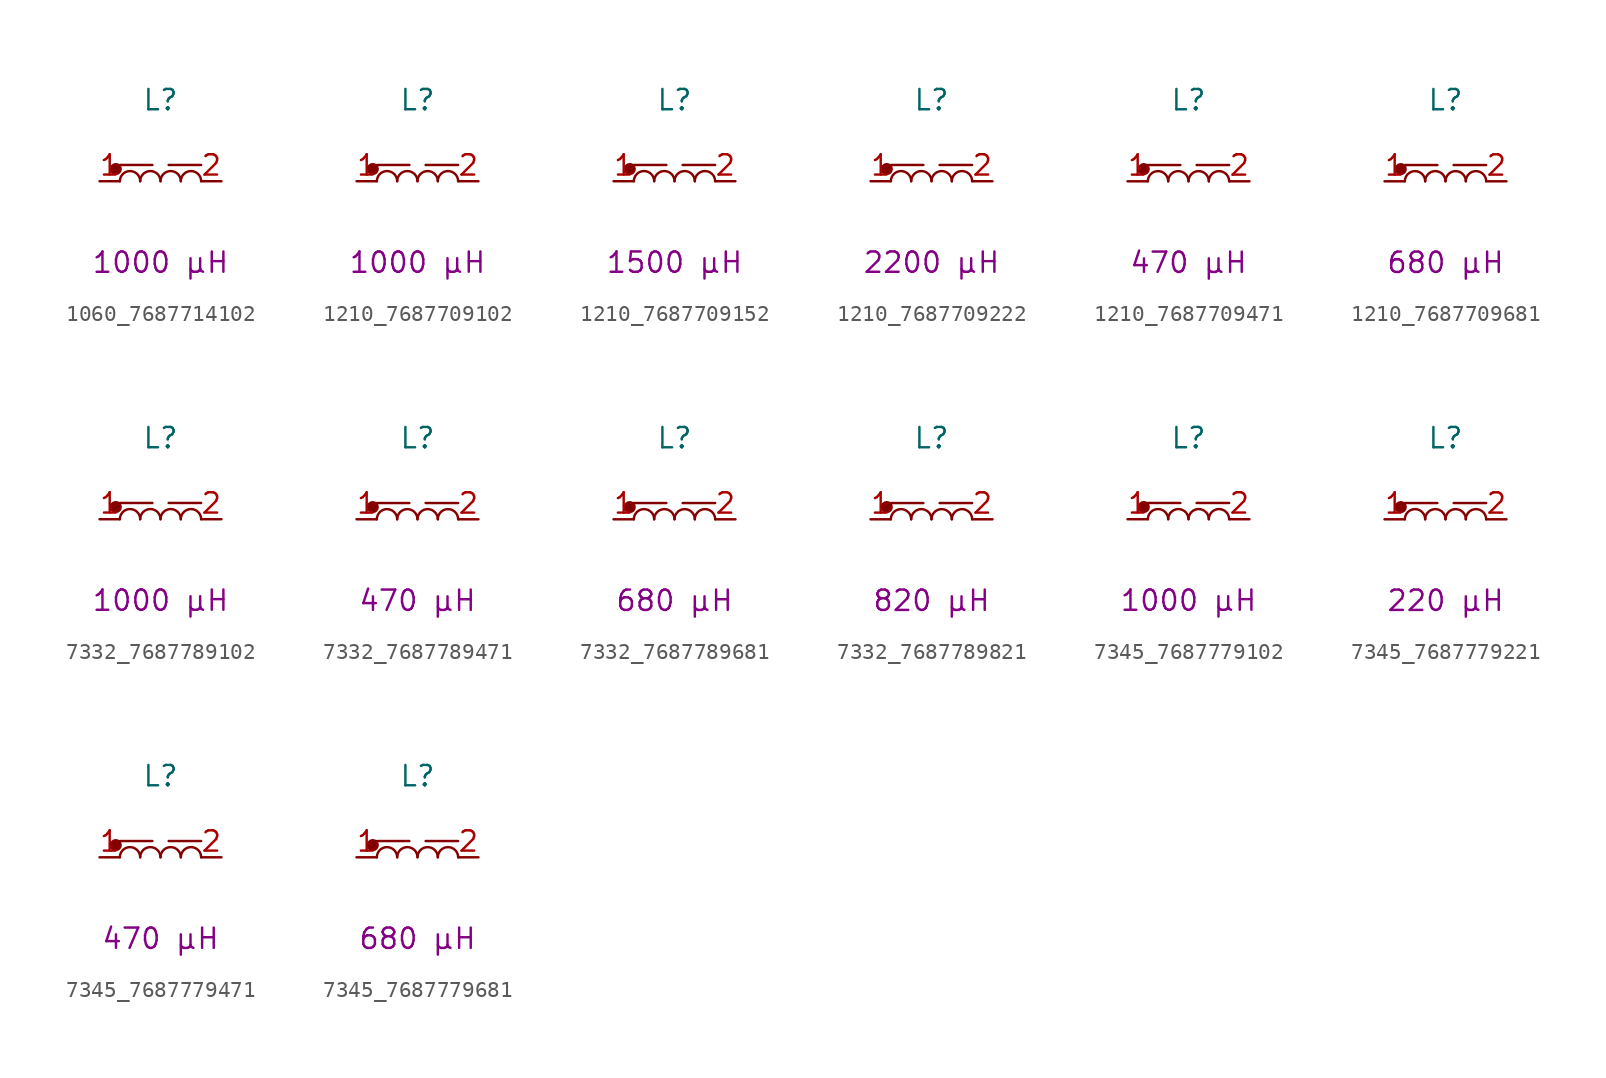
<source format=kicad_sym>
(kicad_symbol_lib
  (version 20220914)
  (generator kicad_symbol_editor)
  (symbol "1060_7687714102"
    (pin_names hide)
    (property "Reference" "L"
      (at 0 5.08 0)
      (effects (font (size 1.27 1.27))))
    (property "Critical Parameter" "1000 µH"
      (at 0 -5.08 0)
      (effects (font (size 1.27 1.27))))
    (symbol "1060_7687714102_0_1"
      (arc (start -1.27 0) (mid -1.905 0.6323) (end -2.54 0) (stroke (width 0) (type default)) (fill (type none)))
      (arc (start 0 0) (mid -0.635 0.6323) (end -1.27 0) (stroke (width 0) (type default)) (fill (type none)))
      (polyline (pts (xy -2.54 1.016) (xy -0.508 1.016)) (stroke (width 0) (type default)) (fill (type none)))
      (arc (start 1.27 0) (mid 0.635 0.6323) (end 0 0) (stroke (width 0) (type default)) (fill (type none)))
      (arc (start 2.54 0) (mid 1.905 0.6323) (end 1.27 0) (stroke (width 0) (type default)) (fill (type none))))
    (symbol "1060_7687714102_1_1"
      (circle (center -2.794 0.762) (radius 0.0001) (stroke (width 0.381) (type default)) (fill (type none)))
      (polyline (pts (xy 2.54 1.016) (xy 0.508 1.016)) (stroke (width 0) (type default)) (fill (type none)))
      (pin passive line (at -3.81 0 0) (length 1.27) (name "1" (effects (font (size 1.27 1.27)))) (number "1" (effects (font (size 1.27 1.27)))))
      (pin passive line (at 3.81 0 180) (length 1.27) (name "2" (effects (font (size 1.27 1.27)))) (number "2" (effects (font (size 1.27 1.27)))))))
  (symbol "1210_7687709102"
    (pin_names hide)
    (property "Reference" "L"
      (at 0 5.08 0)
      (effects (font (size 1.27 1.27))))
    (property "Critical Parameter" "1000 µH"
      (at 0 -5.08 0)
      (effects (font (size 1.27 1.27))))
    (symbol "1210_7687709102_0_1"
      (arc (start -1.27 0) (mid -1.905 0.6323) (end -2.54 0) (stroke (width 0) (type default)) (fill (type none)))
      (arc (start 0 0) (mid -0.635 0.6323) (end -1.27 0) (stroke (width 0) (type default)) (fill (type none)))
      (polyline (pts (xy -2.54 1.016) (xy -0.508 1.016)) (stroke (width 0) (type default)) (fill (type none)))
      (arc (start 1.27 0) (mid 0.635 0.6323) (end 0 0) (stroke (width 0) (type default)) (fill (type none)))
      (arc (start 2.54 0) (mid 1.905 0.6323) (end 1.27 0) (stroke (width 0) (type default)) (fill (type none))))
    (symbol "1210_7687709102_1_1"
      (circle (center -2.794 0.762) (radius 0.0001) (stroke (width 0.381) (type default)) (fill (type none)))
      (polyline (pts (xy 2.54 1.016) (xy 0.508 1.016)) (stroke (width 0) (type default)) (fill (type none)))
      (pin passive line (at -3.81 0 0) (length 1.27) (name "1" (effects (font (size 1.27 1.27)))) (number "1" (effects (font (size 1.27 1.27)))))
      (pin passive line (at 3.81 0 180) (length 1.27) (name "2" (effects (font (size 1.27 1.27)))) (number "2" (effects (font (size 1.27 1.27)))))))
  (symbol "1210_7687709152"
    (pin_names hide)
    (property "Reference" "L"
      (at 0 5.08 0)
      (effects (font (size 1.27 1.27))))
    (property "Critical Parameter" "1500 µH"
      (at 0 -5.08 0)
      (effects (font (size 1.27 1.27))))
    (symbol "1210_7687709152_0_1"
      (arc (start -1.27 0) (mid -1.905 0.6323) (end -2.54 0) (stroke (width 0) (type default)) (fill (type none)))
      (arc (start 0 0) (mid -0.635 0.6323) (end -1.27 0) (stroke (width 0) (type default)) (fill (type none)))
      (polyline (pts (xy -2.54 1.016) (xy -0.508 1.016)) (stroke (width 0) (type default)) (fill (type none)))
      (arc (start 1.27 0) (mid 0.635 0.6323) (end 0 0) (stroke (width 0) (type default)) (fill (type none)))
      (arc (start 2.54 0) (mid 1.905 0.6323) (end 1.27 0) (stroke (width 0) (type default)) (fill (type none))))
    (symbol "1210_7687709152_1_1"
      (circle (center -2.794 0.762) (radius 0.0001) (stroke (width 0.381) (type default)) (fill (type none)))
      (polyline (pts (xy 2.54 1.016) (xy 0.508 1.016)) (stroke (width 0) (type default)) (fill (type none)))
      (pin passive line (at -3.81 0 0) (length 1.27) (name "1" (effects (font (size 1.27 1.27)))) (number "1" (effects (font (size 1.27 1.27)))))
      (pin passive line (at 3.81 0 180) (length 1.27) (name "2" (effects (font (size 1.27 1.27)))) (number "2" (effects (font (size 1.27 1.27)))))))
  (symbol "1210_7687709222"
    (pin_names hide)
    (property "Reference" "L"
      (at 0 5.08 0)
      (effects (font (size 1.27 1.27))))
    (property "Critical Parameter" "2200 µH"
      (at 0 -5.08 0)
      (effects (font (size 1.27 1.27))))
    (symbol "1210_7687709222_0_1"
      (arc (start -1.27 0) (mid -1.905 0.6323) (end -2.54 0) (stroke (width 0) (type default)) (fill (type none)))
      (arc (start 0 0) (mid -0.635 0.6323) (end -1.27 0) (stroke (width 0) (type default)) (fill (type none)))
      (polyline (pts (xy -2.54 1.016) (xy -0.508 1.016)) (stroke (width 0) (type default)) (fill (type none)))
      (arc (start 1.27 0) (mid 0.635 0.6323) (end 0 0) (stroke (width 0) (type default)) (fill (type none)))
      (arc (start 2.54 0) (mid 1.905 0.6323) (end 1.27 0) (stroke (width 0) (type default)) (fill (type none))))
    (symbol "1210_7687709222_1_1"
      (circle (center -2.794 0.762) (radius 0.0001) (stroke (width 0.381) (type default)) (fill (type none)))
      (polyline (pts (xy 2.54 1.016) (xy 0.508 1.016)) (stroke (width 0) (type default)) (fill (type none)))
      (pin passive line (at -3.81 0 0) (length 1.27) (name "1" (effects (font (size 1.27 1.27)))) (number "1" (effects (font (size 1.27 1.27)))))
      (pin passive line (at 3.81 0 180) (length 1.27) (name "2" (effects (font (size 1.27 1.27)))) (number "2" (effects (font (size 1.27 1.27)))))))
  (symbol "1210_7687709471"
    (pin_names hide)
    (property "Reference" "L"
      (at 0 5.08 0)
      (effects (font (size 1.27 1.27))))
    (property "Critical Parameter" "470 µH"
      (at 0 -5.08 0)
      (effects (font (size 1.27 1.27))))
    (symbol "1210_7687709471_0_1"
      (arc (start -1.27 0) (mid -1.905 0.6323) (end -2.54 0) (stroke (width 0) (type default)) (fill (type none)))
      (arc (start 0 0) (mid -0.635 0.6323) (end -1.27 0) (stroke (width 0) (type default)) (fill (type none)))
      (polyline (pts (xy -2.54 1.016) (xy -0.508 1.016)) (stroke (width 0) (type default)) (fill (type none)))
      (arc (start 1.27 0) (mid 0.635 0.6323) (end 0 0) (stroke (width 0) (type default)) (fill (type none)))
      (arc (start 2.54 0) (mid 1.905 0.6323) (end 1.27 0) (stroke (width 0) (type default)) (fill (type none))))
    (symbol "1210_7687709471_1_1"
      (circle (center -2.794 0.762) (radius 0.0001) (stroke (width 0.381) (type default)) (fill (type none)))
      (polyline (pts (xy 2.54 1.016) (xy 0.508 1.016)) (stroke (width 0) (type default)) (fill (type none)))
      (pin passive line (at -3.81 0 0) (length 1.27) (name "1" (effects (font (size 1.27 1.27)))) (number "1" (effects (font (size 1.27 1.27)))))
      (pin passive line (at 3.81 0 180) (length 1.27) (name "2" (effects (font (size 1.27 1.27)))) (number "2" (effects (font (size 1.27 1.27)))))))
  (symbol "1210_7687709681"
    (pin_names hide)
    (property "Reference" "L"
      (at 0 5.08 0)
      (effects (font (size 1.27 1.27))))
    (property "Critical Parameter" "680 µH"
      (at 0 -5.08 0)
      (effects (font (size 1.27 1.27))))
    (symbol "1210_7687709681_0_1"
      (arc (start -1.27 0) (mid -1.905 0.6323) (end -2.54 0) (stroke (width 0) (type default)) (fill (type none)))
      (arc (start 0 0) (mid -0.635 0.6323) (end -1.27 0) (stroke (width 0) (type default)) (fill (type none)))
      (polyline (pts (xy -2.54 1.016) (xy -0.508 1.016)) (stroke (width 0) (type default)) (fill (type none)))
      (arc (start 1.27 0) (mid 0.635 0.6323) (end 0 0) (stroke (width 0) (type default)) (fill (type none)))
      (arc (start 2.54 0) (mid 1.905 0.6323) (end 1.27 0) (stroke (width 0) (type default)) (fill (type none))))
    (symbol "1210_7687709681_1_1"
      (circle (center -2.794 0.762) (radius 0.0001) (stroke (width 0.381) (type default)) (fill (type none)))
      (polyline (pts (xy 2.54 1.016) (xy 0.508 1.016)) (stroke (width 0) (type default)) (fill (type none)))
      (pin passive line (at -3.81 0 0) (length 1.27) (name "1" (effects (font (size 1.27 1.27)))) (number "1" (effects (font (size 1.27 1.27)))))
      (pin passive line (at 3.81 0 180) (length 1.27) (name "2" (effects (font (size 1.27 1.27)))) (number "2" (effects (font (size 1.27 1.27)))))))
  (symbol "7332_7687789102"
    (pin_names hide)
    (property "Reference" "L"
      (at 0 5.08 0)
      (effects (font (size 1.27 1.27))))
    (property "Critical Parameter" "1000 µH"
      (at 0 -5.08 0)
      (effects (font (size 1.27 1.27))))
    (symbol "7332_7687789102_0_1"
      (arc (start -1.27 0) (mid -1.905 0.6323) (end -2.54 0) (stroke (width 0) (type default)) (fill (type none)))
      (arc (start 0 0) (mid -0.635 0.6323) (end -1.27 0) (stroke (width 0) (type default)) (fill (type none)))
      (polyline (pts (xy -2.54 1.016) (xy -0.508 1.016)) (stroke (width 0) (type default)) (fill (type none)))
      (arc (start 1.27 0) (mid 0.635 0.6323) (end 0 0) (stroke (width 0) (type default)) (fill (type none)))
      (arc (start 2.54 0) (mid 1.905 0.6323) (end 1.27 0) (stroke (width 0) (type default)) (fill (type none))))
    (symbol "7332_7687789102_1_1"
      (circle (center -2.794 0.762) (radius 0.0001) (stroke (width 0.381) (type default)) (fill (type none)))
      (polyline (pts (xy 2.54 1.016) (xy 0.508 1.016)) (stroke (width 0) (type default)) (fill (type none)))
      (pin passive line (at -3.81 0 0) (length 1.27) (name "1" (effects (font (size 1.27 1.27)))) (number "1" (effects (font (size 1.27 1.27)))))
      (pin passive line (at 3.81 0 180) (length 1.27) (name "2" (effects (font (size 1.27 1.27)))) (number "2" (effects (font (size 1.27 1.27)))))))
  (symbol "7332_7687789471"
    (pin_names hide)
    (property "Reference" "L"
      (at 0 5.08 0)
      (effects (font (size 1.27 1.27))))
    (property "Critical Parameter" "470 µH"
      (at 0 -5.08 0)
      (effects (font (size 1.27 1.27))))
    (symbol "7332_7687789471_0_1"
      (arc (start -1.27 0) (mid -1.905 0.6323) (end -2.54 0) (stroke (width 0) (type default)) (fill (type none)))
      (arc (start 0 0) (mid -0.635 0.6323) (end -1.27 0) (stroke (width 0) (type default)) (fill (type none)))
      (polyline (pts (xy -2.54 1.016) (xy -0.508 1.016)) (stroke (width 0) (type default)) (fill (type none)))
      (arc (start 1.27 0) (mid 0.635 0.6323) (end 0 0) (stroke (width 0) (type default)) (fill (type none)))
      (arc (start 2.54 0) (mid 1.905 0.6323) (end 1.27 0) (stroke (width 0) (type default)) (fill (type none))))
    (symbol "7332_7687789471_1_1"
      (circle (center -2.794 0.762) (radius 0.0001) (stroke (width 0.381) (type default)) (fill (type none)))
      (polyline (pts (xy 2.54 1.016) (xy 0.508 1.016)) (stroke (width 0) (type default)) (fill (type none)))
      (pin passive line (at -3.81 0 0) (length 1.27) (name "1" (effects (font (size 1.27 1.27)))) (number "1" (effects (font (size 1.27 1.27)))))
      (pin passive line (at 3.81 0 180) (length 1.27) (name "2" (effects (font (size 1.27 1.27)))) (number "2" (effects (font (size 1.27 1.27)))))))
  (symbol "7332_7687789681"
    (pin_names hide)
    (property "Reference" "L"
      (at 0 5.08 0)
      (effects (font (size 1.27 1.27))))
    (property "Critical Parameter" "680 µH"
      (at 0 -5.08 0)
      (effects (font (size 1.27 1.27))))
    (symbol "7332_7687789681_0_1"
      (arc (start -1.27 0) (mid -1.905 0.6323) (end -2.54 0) (stroke (width 0) (type default)) (fill (type none)))
      (arc (start 0 0) (mid -0.635 0.6323) (end -1.27 0) (stroke (width 0) (type default)) (fill (type none)))
      (polyline (pts (xy -2.54 1.016) (xy -0.508 1.016)) (stroke (width 0) (type default)) (fill (type none)))
      (arc (start 1.27 0) (mid 0.635 0.6323) (end 0 0) (stroke (width 0) (type default)) (fill (type none)))
      (arc (start 2.54 0) (mid 1.905 0.6323) (end 1.27 0) (stroke (width 0) (type default)) (fill (type none))))
    (symbol "7332_7687789681_1_1"
      (circle (center -2.794 0.762) (radius 0.0001) (stroke (width 0.381) (type default)) (fill (type none)))
      (polyline (pts (xy 2.54 1.016) (xy 0.508 1.016)) (stroke (width 0) (type default)) (fill (type none)))
      (pin passive line (at -3.81 0 0) (length 1.27) (name "1" (effects (font (size 1.27 1.27)))) (number "1" (effects (font (size 1.27 1.27)))))
      (pin passive line (at 3.81 0 180) (length 1.27) (name "2" (effects (font (size 1.27 1.27)))) (number "2" (effects (font (size 1.27 1.27)))))))
  (symbol "7332_7687789821"
    (pin_names hide)
    (property "Reference" "L"
      (at 0 5.08 0)
      (effects (font (size 1.27 1.27))))
    (property "Critical Parameter" "820 µH"
      (at 0 -5.08 0)
      (effects (font (size 1.27 1.27))))
    (symbol "7332_7687789821_0_1"
      (arc (start -1.27 0) (mid -1.905 0.6323) (end -2.54 0) (stroke (width 0) (type default)) (fill (type none)))
      (arc (start 0 0) (mid -0.635 0.6323) (end -1.27 0) (stroke (width 0) (type default)) (fill (type none)))
      (polyline (pts (xy -2.54 1.016) (xy -0.508 1.016)) (stroke (width 0) (type default)) (fill (type none)))
      (arc (start 1.27 0) (mid 0.635 0.6323) (end 0 0) (stroke (width 0) (type default)) (fill (type none)))
      (arc (start 2.54 0) (mid 1.905 0.6323) (end 1.27 0) (stroke (width 0) (type default)) (fill (type none))))
    (symbol "7332_7687789821_1_1"
      (circle (center -2.794 0.762) (radius 0.0001) (stroke (width 0.381) (type default)) (fill (type none)))
      (polyline (pts (xy 2.54 1.016) (xy 0.508 1.016)) (stroke (width 0) (type default)) (fill (type none)))
      (pin passive line (at -3.81 0 0) (length 1.27) (name "1" (effects (font (size 1.27 1.27)))) (number "1" (effects (font (size 1.27 1.27)))))
      (pin passive line (at 3.81 0 180) (length 1.27) (name "2" (effects (font (size 1.27 1.27)))) (number "2" (effects (font (size 1.27 1.27)))))))
  (symbol "7345_7687779102"
    (pin_names hide)
    (property "Reference" "L"
      (at 0 5.08 0)
      (effects (font (size 1.27 1.27))))
    (property "Critical Parameter" "1000 µH"
      (at 0 -5.08 0)
      (effects (font (size 1.27 1.27))))
    (symbol "7345_7687779102_0_1"
      (arc (start -1.27 0) (mid -1.905 0.6323) (end -2.54 0) (stroke (width 0) (type default)) (fill (type none)))
      (arc (start 0 0) (mid -0.635 0.6323) (end -1.27 0) (stroke (width 0) (type default)) (fill (type none)))
      (polyline (pts (xy -2.54 1.016) (xy -0.508 1.016)) (stroke (width 0) (type default)) (fill (type none)))
      (arc (start 1.27 0) (mid 0.635 0.6323) (end 0 0) (stroke (width 0) (type default)) (fill (type none)))
      (arc (start 2.54 0) (mid 1.905 0.6323) (end 1.27 0) (stroke (width 0) (type default)) (fill (type none))))
    (symbol "7345_7687779102_1_1"
      (circle (center -2.794 0.762) (radius 0.0001) (stroke (width 0.381) (type default)) (fill (type none)))
      (polyline (pts (xy 2.54 1.016) (xy 0.508 1.016)) (stroke (width 0) (type default)) (fill (type none)))
      (pin passive line (at -3.81 0 0) (length 1.27) (name "1" (effects (font (size 1.27 1.27)))) (number "1" (effects (font (size 1.27 1.27)))))
      (pin passive line (at 3.81 0 180) (length 1.27) (name "2" (effects (font (size 1.27 1.27)))) (number "2" (effects (font (size 1.27 1.27)))))))
  (symbol "7345_7687779221"
    (pin_names hide)
    (property "Reference" "L"
      (at 0 5.08 0)
      (effects (font (size 1.27 1.27))))
    (property "Critical Parameter" "220 µH"
      (at 0 -5.08 0)
      (effects (font (size 1.27 1.27))))
    (symbol "7345_7687779221_0_1"
      (arc (start -1.27 0) (mid -1.905 0.6323) (end -2.54 0) (stroke (width 0) (type default)) (fill (type none)))
      (arc (start 0 0) (mid -0.635 0.6323) (end -1.27 0) (stroke (width 0) (type default)) (fill (type none)))
      (polyline (pts (xy -2.54 1.016) (xy -0.508 1.016)) (stroke (width 0) (type default)) (fill (type none)))
      (arc (start 1.27 0) (mid 0.635 0.6323) (end 0 0) (stroke (width 0) (type default)) (fill (type none)))
      (arc (start 2.54 0) (mid 1.905 0.6323) (end 1.27 0) (stroke (width 0) (type default)) (fill (type none))))
    (symbol "7345_7687779221_1_1"
      (circle (center -2.794 0.762) (radius 0.0001) (stroke (width 0.381) (type default)) (fill (type none)))
      (polyline (pts (xy 2.54 1.016) (xy 0.508 1.016)) (stroke (width 0) (type default)) (fill (type none)))
      (pin passive line (at -3.81 0 0) (length 1.27) (name "1" (effects (font (size 1.27 1.27)))) (number "1" (effects (font (size 1.27 1.27)))))
      (pin passive line (at 3.81 0 180) (length 1.27) (name "2" (effects (font (size 1.27 1.27)))) (number "2" (effects (font (size 1.27 1.27)))))))
  (symbol "7345_7687779471"
    (pin_names hide)
    (property "Reference" "L"
      (at 0 5.08 0)
      (effects (font (size 1.27 1.27))))
    (property "Critical Parameter" "470 µH"
      (at 0 -5.08 0)
      (effects (font (size 1.27 1.27))))
    (symbol "7345_7687779471_0_1"
      (arc (start -1.27 0) (mid -1.905 0.6323) (end -2.54 0) (stroke (width 0) (type default)) (fill (type none)))
      (arc (start 0 0) (mid -0.635 0.6323) (end -1.27 0) (stroke (width 0) (type default)) (fill (type none)))
      (polyline (pts (xy -2.54 1.016) (xy -0.508 1.016)) (stroke (width 0) (type default)) (fill (type none)))
      (arc (start 1.27 0) (mid 0.635 0.6323) (end 0 0) (stroke (width 0) (type default)) (fill (type none)))
      (arc (start 2.54 0) (mid 1.905 0.6323) (end 1.27 0) (stroke (width 0) (type default)) (fill (type none))))
    (symbol "7345_7687779471_1_1"
      (circle (center -2.794 0.762) (radius 0.0001) (stroke (width 0.381) (type default)) (fill (type none)))
      (polyline (pts (xy 2.54 1.016) (xy 0.508 1.016)) (stroke (width 0) (type default)) (fill (type none)))
      (pin passive line (at -3.81 0 0) (length 1.27) (name "1" (effects (font (size 1.27 1.27)))) (number "1" (effects (font (size 1.27 1.27)))))
      (pin passive line (at 3.81 0 180) (length 1.27) (name "2" (effects (font (size 1.27 1.27)))) (number "2" (effects (font (size 1.27 1.27)))))))
  (symbol "7345_7687779681"
    (pin_names hide)
    (property "Reference" "L"
      (at 0 5.08 0)
      (effects (font (size 1.27 1.27))))
    (property "Critical Parameter" "680 µH"
      (at 0 -5.08 0)
      (effects (font (size 1.27 1.27))))
    (symbol "7345_7687779681_0_1"
      (arc (start -1.27 0) (mid -1.905 0.6323) (end -2.54 0) (stroke (width 0) (type default)) (fill (type none)))
      (arc (start 0 0) (mid -0.635 0.6323) (end -1.27 0) (stroke (width 0) (type default)) (fill (type none)))
      (polyline (pts (xy -2.54 1.016) (xy -0.508 1.016)) (stroke (width 0) (type default)) (fill (type none)))
      (arc (start 1.27 0) (mid 0.635 0.6323) (end 0 0) (stroke (width 0) (type default)) (fill (type none)))
      (arc (start 2.54 0) (mid 1.905 0.6323) (end 1.27 0) (stroke (width 0) (type default)) (fill (type none))))
    (symbol "7345_7687779681_1_1"
      (circle (center -2.794 0.762) (radius 0.0001) (stroke (width 0.381) (type default)) (fill (type none)))
      (polyline (pts (xy 2.54 1.016) (xy 0.508 1.016)) (stroke (width 0) (type default)) (fill (type none)))
      (pin passive line (at -3.81 0 0) (length 1.27) (name "1" (effects (font (size 1.27 1.27)))) (number "1" (effects (font (size 1.27 1.27)))))
      (pin passive line (at 3.81 0 180) (length 1.27) (name "2" (effects (font (size 1.27 1.27)))) (number "2" (effects (font (size 1.27 1.27))))))))
</source>
